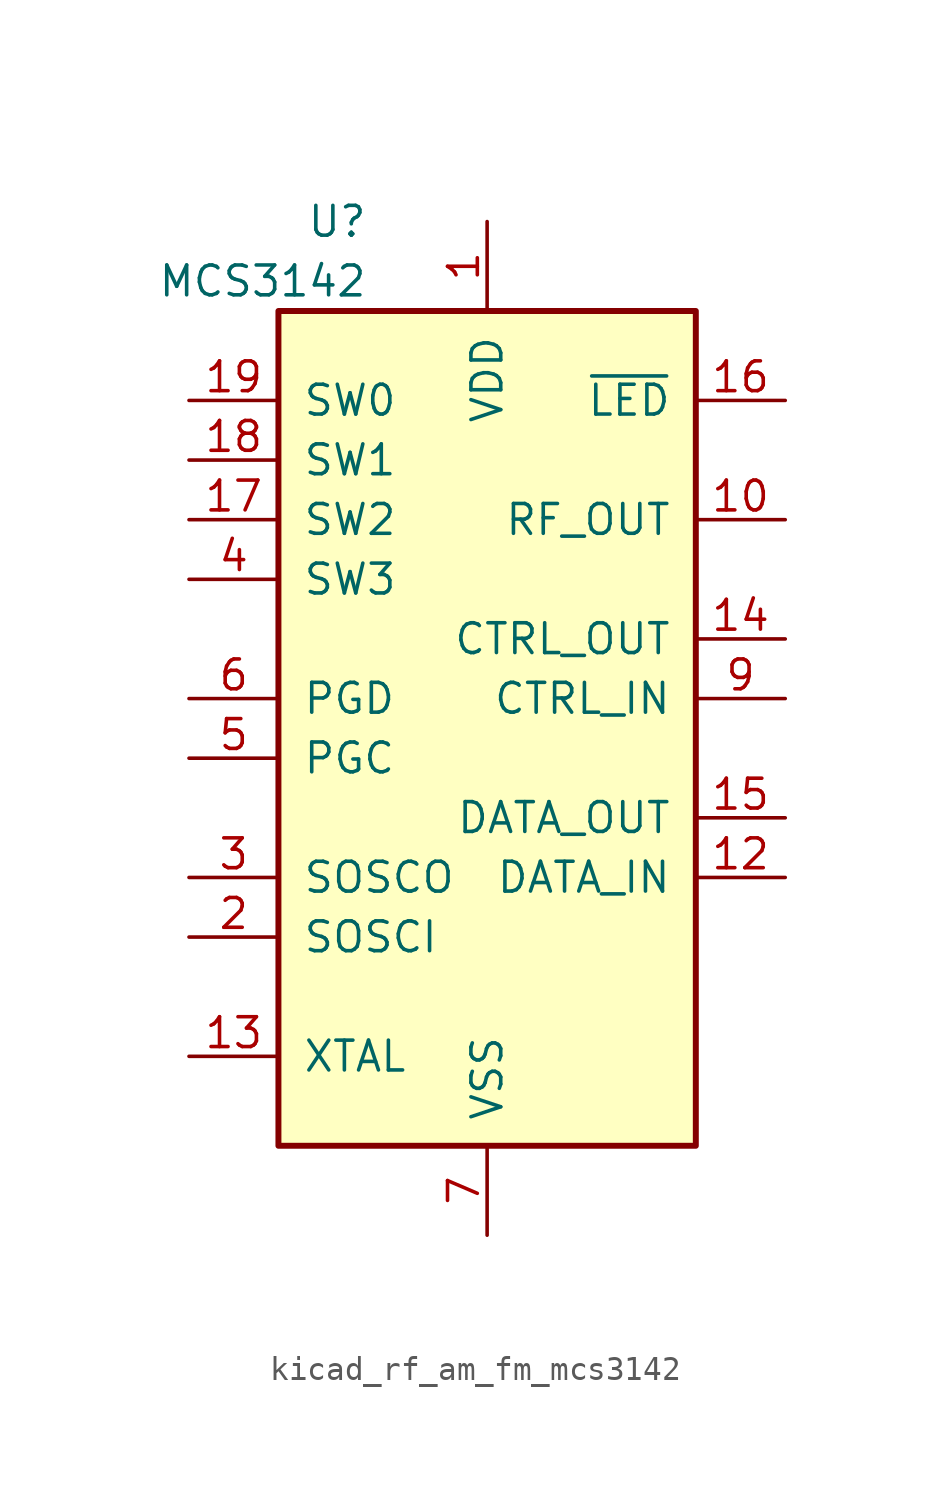
<source format=kicad_sym>
(kicad_symbol_lib
  (version 20220914)
  (generator kicad_symbol_editor)
  (symbol "kicad_rf_am_fm_mcs3142"
    (pin_names
      (offset 1.016))
    (property "Reference" "U"
      (at -5.08 22.86 0)
      (effects (font (size 1.27 1.27)) (justify right)))
    (property "Value" "MCS3142"
      (at -5.08 20.32 0)
      (effects (font (size 1.27 1.27)) (justify right)))
    (symbol "kicad_rf_am_fm_mcs3142_0_1"
      (rectangle (start -8.89 19.05) (end 8.89 -16.51) (stroke (width 0.254) (type default)) (fill (type background))))
    (symbol "kicad_rf_am_fm_mcs3142_1_1"
      (pin power_in line (at 0 22.86 270) (length 3.81) (name "VDD" (effects (font (size 1.27 1.27)))) (number "1" (effects (font (size 1.27 1.27)))))
      (pin output line (at 12.7 10.16 180) (length 3.81) (name "RF_OUT" (effects (font (size 1.27 1.27)))) (number "10" (effects (font (size 1.27 1.27)))))
      (pin passive line (at 0 -20.32 90) (length 3.81) hide (name "VSS" (effects (font (size 1.27 1.27)))) (number "11" (effects (font (size 1.27 1.27)))))
      (pin input line (at 12.7 -5.08 180) (length 3.81) (name "DATA_IN" (effects (font (size 1.27 1.27)))) (number "12" (effects (font (size 1.27 1.27)))))
      (pin input line (at -12.7 -12.7 0) (length 3.81) (name "XTAL" (effects (font (size 1.27 1.27)))) (number "13" (effects (font (size 1.27 1.27)))))
      (pin output line (at 12.7 5.08 180) (length 3.81) (name "CTRL_OUT" (effects (font (size 1.27 1.27)))) (number "14" (effects (font (size 1.27 1.27)))))
      (pin output line (at 12.7 -2.54 180) (length 3.81) (name "DATA_OUT" (effects (font (size 1.27 1.27)))) (number "15" (effects (font (size 1.27 1.27)))))
      (pin output line (at 12.7 15.24 180) (length 3.81) (name "~{LED}" (effects (font (size 1.27 1.27)))) (number "16" (effects (font (size 1.27 1.27)))))
      (pin input line (at -12.7 10.16 0) (length 3.81) (name "SW2" (effects (font (size 1.27 1.27)))) (number "17" (effects (font (size 1.27 1.27)))))
      (pin input line (at -12.7 12.7 0) (length 3.81) (name "SW1" (effects (font (size 1.27 1.27)))) (number "18" (effects (font (size 1.27 1.27)))))
      (pin input line (at -12.7 15.24 0) (length 3.81) (name "SW0" (effects (font (size 1.27 1.27)))) (number "19" (effects (font (size 1.27 1.27)))))
      (pin input line (at -12.7 -7.62 0) (length 3.81) (name "SOSCI" (effects (font (size 1.27 1.27)))) (number "2" (effects (font (size 1.27 1.27)))))
      (pin passive line (at 0 -20.32 90) (length 3.81) hide (name "VSS" (effects (font (size 1.27 1.27)))) (number "20" (effects (font (size 1.27 1.27)))))
      (pin output line (at -12.7 -5.08 0) (length 3.81) (name "SOSCO" (effects (font (size 1.27 1.27)))) (number "3" (effects (font (size 1.27 1.27)))))
      (pin input line (at -12.7 7.62 0) (length 3.81) (name "SW3" (effects (font (size 1.27 1.27)))) (number "4" (effects (font (size 1.27 1.27)))))
      (pin input line (at -12.7 0 0) (length 3.81) (name "PGC" (effects (font (size 1.27 1.27)))) (number "5" (effects (font (size 1.27 1.27)))))
      (pin bidirectional line (at -12.7 2.54 0) (length 3.81) (name "PGD" (effects (font (size 1.27 1.27)))) (number "6" (effects (font (size 1.27 1.27)))))
      (pin power_in line (at 0 -20.32 90) (length 3.81) (name "VSS" (effects (font (size 1.27 1.27)))) (number "7" (effects (font (size 1.27 1.27)))))
      (pin passive line (at 0 22.86 270) (length 3.81) hide (name "VDD" (effects (font (size 1.27 1.27)))) (number "8" (effects (font (size 1.27 1.27)))))
      (pin input line (at 12.7 2.54 180) (length 3.81) (name "CTRL_IN" (effects (font (size 1.27 1.27)))) (number "9" (effects (font (size 1.27 1.27))))))))
</source>
